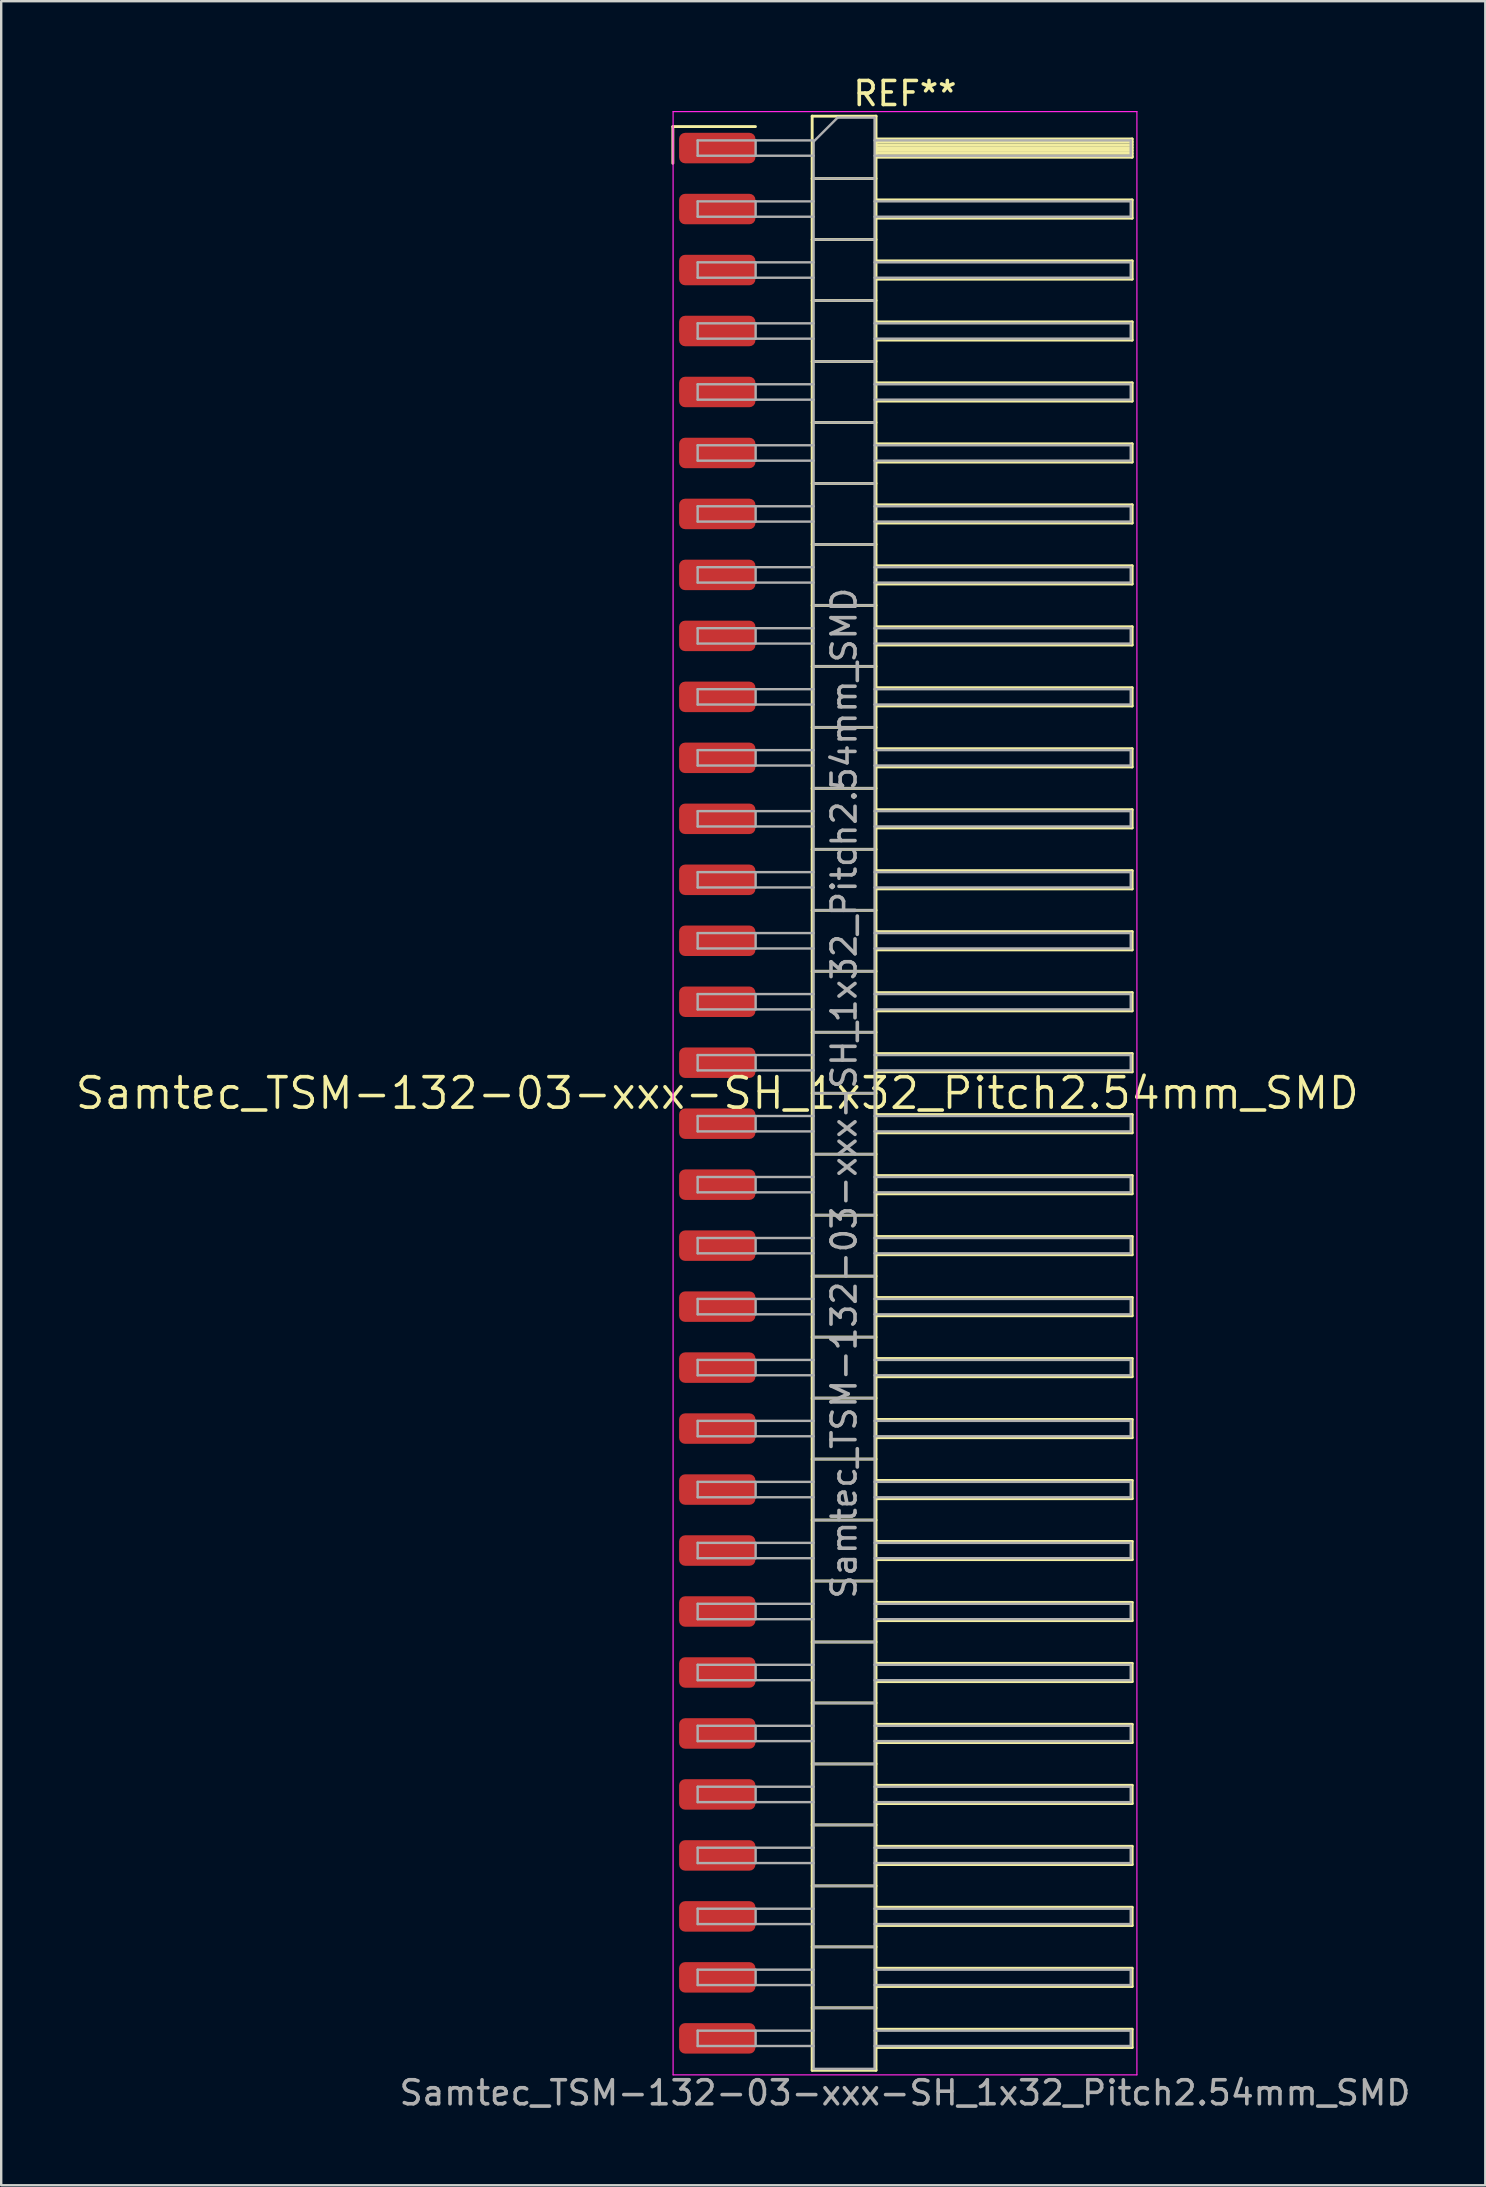
<source format=kicad_pcb>
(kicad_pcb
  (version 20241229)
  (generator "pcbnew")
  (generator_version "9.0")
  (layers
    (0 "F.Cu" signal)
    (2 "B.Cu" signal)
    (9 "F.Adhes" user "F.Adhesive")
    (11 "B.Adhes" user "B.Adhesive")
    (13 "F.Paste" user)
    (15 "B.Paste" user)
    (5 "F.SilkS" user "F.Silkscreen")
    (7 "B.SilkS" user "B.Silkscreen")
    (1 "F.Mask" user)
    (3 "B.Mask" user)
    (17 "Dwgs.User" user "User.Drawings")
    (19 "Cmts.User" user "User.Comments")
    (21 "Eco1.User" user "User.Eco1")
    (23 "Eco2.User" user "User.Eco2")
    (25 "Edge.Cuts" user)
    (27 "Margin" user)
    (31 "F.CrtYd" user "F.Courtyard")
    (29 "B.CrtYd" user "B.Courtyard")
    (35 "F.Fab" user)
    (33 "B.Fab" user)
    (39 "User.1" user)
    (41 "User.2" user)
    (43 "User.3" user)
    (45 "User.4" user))
  (footprint "Samtec_TSM-132-03-xxx-SH_1x32_Pitch2.54mm_SMD"
    (layer "F.Cu")
    (at 26.828 42.488)
    (property "Reference" "Samtec_TSM-132-03-xxx-SH_1x32_Pitch2.54mm_SMD" (at 0 0 0) (layer "F.SilkS") (effects (font (size 1.27 1.27) (thickness 0.15))))
    (attr smd)
    (fp_line (start -1.85 -40.265) (end 1.59 -40.265) (stroke (width 0.12) (type solid)) (layer "F.SilkS"))
    (fp_line (start -1.85 -38.735) (end -1.85 -40.265) (stroke (width 0.12) (type solid)) (layer "F.SilkS"))
    (fp_line (start 3.953 -40.7) (end 6.613 -40.7) (stroke (width 0.12) (type solid)) (layer "F.SilkS"))
    (fp_line (start 3.953 -38.1) (end 6.613 -38.1) (stroke (width 0.12) (type solid)) (layer "F.SilkS"))
    (fp_line (start 3.953 -35.56) (end 6.613 -35.56) (stroke (width 0.12) (type solid)) (layer "F.SilkS"))
    (fp_line (start 3.953 -33.02) (end 6.613 -33.02) (stroke (width 0.12) (type solid)) (layer "F.SilkS"))
    (fp_line (start 3.953 -30.48) (end 6.613 -30.48) (stroke (width 0.12) (type solid)) (layer "F.SilkS"))
    (fp_line (start 3.953 -27.94) (end 6.613 -27.94) (stroke (width 0.12) (type solid)) (layer "F.SilkS"))
    (fp_line (start 3.953 -25.4) (end 6.613 -25.4) (stroke (width 0.12) (type solid)) (layer "F.SilkS"))
    (fp_line (start 3.953 -22.86) (end 6.613 -22.86) (stroke (width 0.12) (type solid)) (layer "F.SilkS"))
    (fp_line (start 3.953 -20.32) (end 6.613 -20.32) (stroke (width 0.12) (type solid)) (layer "F.SilkS"))
    (fp_line (start 3.953 -17.78) (end 6.613 -17.78) (stroke (width 0.12) (type solid)) (layer "F.SilkS"))
    (fp_line (start 3.953 -15.24) (end 6.613 -15.24) (stroke (width 0.12) (type solid)) (layer "F.SilkS"))
    (fp_line (start 3.953 -12.7) (end 6.613 -12.7) (stroke (width 0.12) (type solid)) (layer "F.SilkS"))
    (fp_line (start 3.953 -10.16) (end 6.613 -10.16) (stroke (width 0.12) (type solid)) (layer "F.SilkS"))
    (fp_line (start 3.953 -7.62) (end 6.613 -7.62) (stroke (width 0.12) (type solid)) (layer "F.SilkS"))
    (fp_line (start 3.953 -5.08) (end 6.613 -5.08) (stroke (width 0.12) (type solid)) (layer "F.SilkS"))
    (fp_line (start 3.953 -2.54) (end 6.613 -2.54) (stroke (width 0.12) (type solid)) (layer "F.SilkS"))
    (fp_line (start 3.953 0) (end 6.613 0) (stroke (width 0.12) (type solid)) (layer "F.SilkS"))
    (fp_line (start 3.953 2.54) (end 6.613 2.54) (stroke (width 0.12) (type solid)) (layer "F.SilkS"))
    (fp_line (start 3.953 5.08) (end 6.613 5.08) (stroke (width 0.12) (type solid)) (layer "F.SilkS"))
    (fp_line (start 3.953 7.62) (end 6.613 7.62) (stroke (width 0.12) (type solid)) (layer "F.SilkS"))
    (fp_line (start 3.953 10.16) (end 6.613 10.16) (stroke (width 0.12) (type solid)) (layer "F.SilkS"))
    (fp_line (start 3.953 12.7) (end 6.613 12.7) (stroke (width 0.12) (type solid)) (layer "F.SilkS"))
    (fp_line (start 3.953 15.24) (end 6.613 15.24) (stroke (width 0.12) (type solid)) (layer "F.SilkS"))
    (fp_line (start 3.953 17.78) (end 6.613 17.78) (stroke (width 0.12) (type solid)) (layer "F.SilkS"))
    (fp_line (start 3.953 20.32) (end 6.613 20.32) (stroke (width 0.12) (type solid)) (layer "F.SilkS"))
    (fp_line (start 3.953 22.86) (end 6.613 22.86) (stroke (width 0.12) (type solid)) (layer "F.SilkS"))
    (fp_line (start 3.953 25.4) (end 6.613 25.4) (stroke (width 0.12) (type solid)) (layer "F.SilkS"))
    (fp_line (start 3.953 27.94) (end 6.613 27.94) (stroke (width 0.12) (type solid)) (layer "F.SilkS"))
    (fp_line (start 3.953 30.48) (end 6.613 30.48) (stroke (width 0.12) (type solid)) (layer "F.SilkS"))
    (fp_line (start 3.953 33.02) (end 6.613 33.02) (stroke (width 0.12) (type solid)) (layer "F.SilkS"))
    (fp_line (start 3.953 35.56) (end 6.613 35.56) (stroke (width 0.12) (type solid)) (layer "F.SilkS"))
    (fp_line (start 3.953 38.1) (end 6.613 38.1) (stroke (width 0.12) (type solid)) (layer "F.SilkS"))
    (fp_line (start 3.953 40.7) (end 3.953 -40.7) (stroke (width 0.12) (type solid)) (layer "F.SilkS"))
    (fp_line (start 6.613 -40.7) (end 6.613 40.7) (stroke (width 0.12) (type solid)) (layer "F.SilkS"))
    (fp_line (start 6.613 -39.75) (end 17.283 -39.75) (stroke (width 0.12) (type solid)) (layer "F.SilkS"))
    (fp_line (start 6.613 -39.63) (end 17.283 -39.63) (stroke (width 0.12) (type solid)) (layer "F.SilkS"))
    (fp_line (start 6.613 -39.51) (end 17.283 -39.51) (stroke (width 0.12) (type solid)) (layer "F.SilkS"))
    (fp_line (start 6.613 -39.39) (end 17.283 -39.39) (stroke (width 0.12) (type solid)) (layer "F.SilkS"))
    (fp_line (start 6.613 -39.27) (end 17.283 -39.27) (stroke (width 0.12) (type solid)) (layer "F.SilkS"))
    (fp_line (start 6.613 -39.15) (end 17.283 -39.15) (stroke (width 0.12) (type solid)) (layer "F.SilkS"))
    (fp_line (start 6.613 -39.03) (end 17.283 -39.03) (stroke (width 0.12) (type solid)) (layer "F.SilkS"))
    (fp_line (start 6.613 -38.99) (end 17.283 -38.99) (stroke (width 0.12) (type solid)) (layer "F.SilkS"))
    (fp_line (start 6.613 -37.21) (end 17.283 -37.21) (stroke (width 0.12) (type solid)) (layer "F.SilkS"))
    (fp_line (start 6.613 -36.45) (end 17.283 -36.45) (stroke (width 0.12) (type solid)) (layer "F.SilkS"))
    (fp_line (start 6.613 -34.67) (end 17.283 -34.67) (stroke (width 0.12) (type solid)) (layer "F.SilkS"))
    (fp_line (start 6.613 -33.91) (end 17.283 -33.91) (stroke (width 0.12) (type solid)) (layer "F.SilkS"))
    (fp_line (start 6.613 -32.13) (end 17.283 -32.13) (stroke (width 0.12) (type solid)) (layer "F.SilkS"))
    (fp_line (start 6.613 -31.37) (end 17.283 -31.37) (stroke (width 0.12) (type solid)) (layer "F.SilkS"))
    (fp_line (start 6.613 -29.59) (end 17.283 -29.59) (stroke (width 0.12) (type solid)) (layer "F.SilkS"))
    (fp_line (start 6.613 -28.83) (end 17.283 -28.83) (stroke (width 0.12) (type solid)) (layer "F.SilkS"))
    (fp_line (start 6.613 -27.05) (end 17.283 -27.05) (stroke (width 0.12) (type solid)) (layer "F.SilkS"))
    (fp_line (start 6.613 -26.29) (end 17.283 -26.29) (stroke (width 0.12) (type solid)) (layer "F.SilkS"))
    (fp_line (start 6.613 -24.51) (end 17.283 -24.51) (stroke (width 0.12) (type solid)) (layer "F.SilkS"))
    (fp_line (start 6.613 -23.75) (end 17.283 -23.75) (stroke (width 0.12) (type solid)) (layer "F.SilkS"))
    (fp_line (start 6.613 -21.97) (end 17.283 -21.97) (stroke (width 0.12) (type solid)) (layer "F.SilkS"))
    (fp_line (start 6.613 -21.21) (end 17.283 -21.21) (stroke (width 0.12) (type solid)) (layer "F.SilkS"))
    (fp_line (start 6.613 -19.43) (end 17.283 -19.43) (stroke (width 0.12) (type solid)) (layer "F.SilkS"))
    (fp_line (start 6.613 -18.67) (end 17.283 -18.67) (stroke (width 0.12) (type solid)) (layer "F.SilkS"))
    (fp_line (start 6.613 -16.89) (end 17.283 -16.89) (stroke (width 0.12) (type solid)) (layer "F.SilkS"))
    (fp_line (start 6.613 -16.13) (end 17.283 -16.13) (stroke (width 0.12) (type solid)) (layer "F.SilkS"))
    (fp_line (start 6.613 -14.35) (end 17.283 -14.35) (stroke (width 0.12) (type solid)) (layer "F.SilkS"))
    (fp_line (start 6.613 -13.59) (end 17.283 -13.59) (stroke (width 0.12) (type solid)) (layer "F.SilkS"))
    (fp_line (start 6.613 -11.81) (end 17.283 -11.81) (stroke (width 0.12) (type solid)) (layer "F.SilkS"))
    (fp_line (start 6.613 -11.05) (end 17.283 -11.05) (stroke (width 0.12) (type solid)) (layer "F.SilkS"))
    (fp_line (start 6.613 -9.27) (end 17.283 -9.27) (stroke (width 0.12) (type solid)) (layer "F.SilkS"))
    (fp_line (start 6.613 -8.51) (end 17.283 -8.51) (stroke (width 0.12) (type solid)) (layer "F.SilkS"))
    (fp_line (start 6.613 -6.73) (end 17.283 -6.73) (stroke (width 0.12) (type solid)) (layer "F.SilkS"))
    (fp_line (start 6.613 -5.97) (end 17.283 -5.97) (stroke (width 0.12) (type solid)) (layer "F.SilkS"))
    (fp_line (start 6.613 -4.19) (end 17.283 -4.19) (stroke (width 0.12) (type solid)) (layer "F.SilkS"))
    (fp_line (start 6.613 -3.43) (end 17.283 -3.43) (stroke (width 0.12) (type solid)) (layer "F.SilkS"))
    (fp_line (start 6.613 -1.65) (end 17.283 -1.65) (stroke (width 0.12) (type solid)) (layer "F.SilkS"))
    (fp_line (start 6.613 -0.89) (end 17.283 -0.89) (stroke (width 0.12) (type solid)) (layer "F.SilkS"))
    (fp_line (start 6.613 0.89) (end 17.283 0.89) (stroke (width 0.12) (type solid)) (layer "F.SilkS"))
    (fp_line (start 6.613 1.65) (end 17.283 1.65) (stroke (width 0.12) (type solid)) (layer "F.SilkS"))
    (fp_line (start 6.613 3.43) (end 17.283 3.43) (stroke (width 0.12) (type solid)) (layer "F.SilkS"))
    (fp_line (start 6.613 4.19) (end 17.283 4.19) (stroke (width 0.12) (type solid)) (layer "F.SilkS"))
    (fp_line (start 6.613 5.97) (end 17.283 5.97) (stroke (width 0.12) (type solid)) (layer "F.SilkS"))
    (fp_line (start 6.613 6.73) (end 17.283 6.73) (stroke (width 0.12) (type solid)) (layer "F.SilkS"))
    (fp_line (start 6.613 8.51) (end 17.283 8.51) (stroke (width 0.12) (type solid)) (layer "F.SilkS"))
    (fp_line (start 6.613 9.27) (end 17.283 9.27) (stroke (width 0.12) (type solid)) (layer "F.SilkS"))
    (fp_line (start 6.613 11.05) (end 17.283 11.05) (stroke (width 0.12) (type solid)) (layer "F.SilkS"))
    (fp_line (start 6.613 11.81) (end 17.283 11.81) (stroke (width 0.12) (type solid)) (layer "F.SilkS"))
    (fp_line (start 6.613 13.59) (end 17.283 13.59) (stroke (width 0.12) (type solid)) (layer "F.SilkS"))
    (fp_line (start 6.613 14.35) (end 17.283 14.35) (stroke (width 0.12) (type solid)) (layer "F.SilkS"))
    (fp_line (start 6.613 16.13) (end 17.283 16.13) (stroke (width 0.12) (type solid)) (layer "F.SilkS"))
    (fp_line (start 6.613 16.89) (end 17.283 16.89) (stroke (width 0.12) (type solid)) (layer "F.SilkS"))
    (fp_line (start 6.613 18.67) (end 17.283 18.67) (stroke (width 0.12) (type solid)) (layer "F.SilkS"))
    (fp_line (start 6.613 19.43) (end 17.283 19.43) (stroke (width 0.12) (type solid)) (layer "F.SilkS"))
    (fp_line (start 6.613 21.21) (end 17.283 21.21) (stroke (width 0.12) (type solid)) (layer "F.SilkS"))
    (fp_line (start 6.613 21.97) (end 17.283 21.97) (stroke (width 0.12) (type solid)) (layer "F.SilkS"))
    (fp_line (start 6.613 23.75) (end 17.283 23.75) (stroke (width 0.12) (type solid)) (layer "F.SilkS"))
    (fp_line (start 6.613 24.51) (end 17.283 24.51) (stroke (width 0.12) (type solid)) (layer "F.SilkS"))
    (fp_line (start 6.613 26.29) (end 17.283 26.29) (stroke (width 0.12) (type solid)) (layer "F.SilkS"))
    (fp_line (start 6.613 27.05) (end 17.283 27.05) (stroke (width 0.12) (type solid)) (layer "F.SilkS"))
    (fp_line (start 6.613 28.83) (end 17.283 28.83) (stroke (width 0.12) (type solid)) (layer "F.SilkS"))
    (fp_line (start 6.613 29.59) (end 17.283 29.59) (stroke (width 0.12) (type solid)) (layer "F.SilkS"))
    (fp_line (start 6.613 31.37) (end 17.283 31.37) (stroke (width 0.12) (type solid)) (layer "F.SilkS"))
    (fp_line (start 6.613 32.13) (end 17.283 32.13) (stroke (width 0.12) (type solid)) (layer "F.SilkS"))
    (fp_line (start 6.613 33.91) (end 17.283 33.91) (stroke (width 0.12) (type solid)) (layer "F.SilkS"))
    (fp_line (start 6.613 34.67) (end 17.283 34.67) (stroke (width 0.12) (type solid)) (layer "F.SilkS"))
    (fp_line (start 6.613 36.45) (end 17.283 36.45) (stroke (width 0.12) (type solid)) (layer "F.SilkS"))
    (fp_line (start 6.613 37.21) (end 17.283 37.21) (stroke (width 0.12) (type solid)) (layer "F.SilkS"))
    (fp_line (start 6.613 38.99) (end 17.283 38.99) (stroke (width 0.12) (type solid)) (layer "F.SilkS"))
    (fp_line (start 6.613 39.75) (end 17.283 39.75) (stroke (width 0.12) (type solid)) (layer "F.SilkS"))
    (fp_line (start 6.613 40.7) (end 3.953 40.7) (stroke (width 0.12) (type solid)) (layer "F.SilkS"))
    (fp_line (start 17.283 -39.75) (end 17.283 -38.99) (stroke (width 0.12) (type solid)) (layer "F.SilkS"))
    (fp_line (start 17.283 -37.21) (end 17.283 -36.45) (stroke (width 0.12) (type solid)) (layer "F.SilkS"))
    (fp_line (start 17.283 -34.67) (end 17.283 -33.91) (stroke (width 0.12) (type solid)) (layer "F.SilkS"))
    (fp_line (start 17.283 -32.13) (end 17.283 -31.37) (stroke (width 0.12) (type solid)) (layer "F.SilkS"))
    (fp_line (start 17.283 -29.59) (end 17.283 -28.83) (stroke (width 0.12) (type solid)) (layer "F.SilkS"))
    (fp_line (start 17.283 -27.05) (end 17.283 -26.29) (stroke (width 0.12) (type solid)) (layer "F.SilkS"))
    (fp_line (start 17.283 -24.51) (end 17.283 -23.75) (stroke (width 0.12) (type solid)) (layer "F.SilkS"))
    (fp_line (start 17.283 -21.97) (end 17.283 -21.21) (stroke (width 0.12) (type solid)) (layer "F.SilkS"))
    (fp_line (start 17.283 -19.43) (end 17.283 -18.67) (stroke (width 0.12) (type solid)) (layer "F.SilkS"))
    (fp_line (start 17.283 -16.89) (end 17.283 -16.13) (stroke (width 0.12) (type solid)) (layer "F.SilkS"))
    (fp_line (start 17.283 -14.35) (end 17.283 -13.59) (stroke (width 0.12) (type solid)) (layer "F.SilkS"))
    (fp_line (start 17.283 -11.81) (end 17.283 -11.05) (stroke (width 0.12) (type solid)) (layer "F.SilkS"))
    (fp_line (start 17.283 -9.27) (end 17.283 -8.51) (stroke (width 0.12) (type solid)) (layer "F.SilkS"))
    (fp_line (start 17.283 -6.73) (end 17.283 -5.97) (stroke (width 0.12) (type solid)) (layer "F.SilkS"))
    (fp_line (start 17.283 -4.19) (end 17.283 -3.43) (stroke (width 0.12) (type solid)) (layer "F.SilkS"))
    (fp_line (start 17.283 -1.65) (end 17.283 -0.89) (stroke (width 0.12) (type solid)) (layer "F.SilkS"))
    (fp_line (start 17.283 0.89) (end 17.283 1.65) (stroke (width 0.12) (type solid)) (layer "F.SilkS"))
    (fp_line (start 17.283 3.43) (end 17.283 4.19) (stroke (width 0.12) (type solid)) (layer "F.SilkS"))
    (fp_line (start 17.283 5.97) (end 17.283 6.73) (stroke (width 0.12) (type solid)) (layer "F.SilkS"))
    (fp_line (start 17.283 8.51) (end 17.283 9.27) (stroke (width 0.12) (type solid)) (layer "F.SilkS"))
    (fp_line (start 17.283 11.05) (end 17.283 11.81) (stroke (width 0.12) (type solid)) (layer "F.SilkS"))
    (fp_line (start 17.283 13.59) (end 17.283 14.35) (stroke (width 0.12) (type solid)) (layer "F.SilkS"))
    (fp_line (start 17.283 16.13) (end 17.283 16.89) (stroke (width 0.12) (type solid)) (layer "F.SilkS"))
    (fp_line (start 17.283 18.67) (end 17.283 19.43) (stroke (width 0.12) (type solid)) (layer "F.SilkS"))
    (fp_line (start 17.283 21.21) (end 17.283 21.97) (stroke (width 0.12) (type solid)) (layer "F.SilkS"))
    (fp_line (start 17.283 23.75) (end 17.283 24.51) (stroke (width 0.12) (type solid)) (layer "F.SilkS"))
    (fp_line (start 17.283 26.29) (end 17.283 27.05) (stroke (width 0.12) (type solid)) (layer "F.SilkS"))
    (fp_line (start 17.283 28.83) (end 17.283 29.59) (stroke (width 0.12) (type solid)) (layer "F.SilkS"))
    (fp_line (start 17.283 31.37) (end 17.283 32.13) (stroke (width 0.12) (type solid)) (layer "F.SilkS"))
    (fp_line (start 17.283 33.91) (end 17.283 34.67) (stroke (width 0.12) (type solid)) (layer "F.SilkS"))
    (fp_line (start 17.283 36.45) (end 17.283 37.21) (stroke (width 0.12) (type solid)) (layer "F.SilkS"))
    (fp_line (start 17.283 38.99) (end 17.283 39.75) (stroke (width 0.12) (type solid)) (layer "F.SilkS"))
    (fp_line (start -1.84 -40.89) (end 17.48 -40.89) (stroke (width 0.05) (type solid)) (layer "F.CrtYd"))
    (fp_line (start -1.84 40.89) (end -1.84 -40.89) (stroke (width 0.05) (type solid)) (layer "F.CrtYd"))
    (fp_line (start 17.48 -40.89) (end 17.48 40.89) (stroke (width 0.05) (type solid)) (layer "F.CrtYd"))
    (fp_line (start 17.48 40.89) (end -1.84 40.89) (stroke (width 0.05) (type solid)) (layer "F.CrtYd"))
    (fp_line (start -0.817 -39.69) (end -0.817 -39.05) (stroke (width 0.1) (type solid)) (layer "F.Fab"))
    (fp_line (start -0.817 -39.69) (end 4.013 -39.69) (stroke (width 0.1) (type solid)) (layer "F.Fab"))
    (fp_line (start -0.817 -39.05) (end 4.013 -39.05) (stroke (width 0.1) (type solid)) (layer "F.Fab"))
    (fp_line (start -0.817 -37.15) (end -0.817 -36.51) (stroke (width 0.1) (type solid)) (layer "F.Fab"))
    (fp_line (start -0.817 -37.15) (end 4.013 -37.15) (stroke (width 0.1) (type solid)) (layer "F.Fab"))
    (fp_line (start -0.817 -36.51) (end 4.013 -36.51) (stroke (width 0.1) (type solid)) (layer "F.Fab"))
    (fp_line (start -0.817 -34.61) (end -0.817 -33.97) (stroke (width 0.1) (type solid)) (layer "F.Fab"))
    (fp_line (start -0.817 -34.61) (end 4.013 -34.61) (stroke (width 0.1) (type solid)) (layer "F.Fab"))
    (fp_line (start -0.817 -33.97) (end 4.013 -33.97) (stroke (width 0.1) (type solid)) (layer "F.Fab"))
    (fp_line (start -0.817 -32.07) (end -0.817 -31.43) (stroke (width 0.1) (type solid)) (layer "F.Fab"))
    (fp_line (start -0.817 -32.07) (end 4.013 -32.07) (stroke (width 0.1) (type solid)) (layer "F.Fab"))
    (fp_line (start -0.817 -31.43) (end 4.013 -31.43) (stroke (width 0.1) (type solid)) (layer "F.Fab"))
    (fp_line (start -0.817 -29.53) (end -0.817 -28.89) (stroke (width 0.1) (type solid)) (layer "F.Fab"))
    (fp_line (start -0.817 -29.53) (end 4.013 -29.53) (stroke (width 0.1) (type solid)) (layer "F.Fab"))
    (fp_line (start -0.817 -28.89) (end 4.013 -28.89) (stroke (width 0.1) (type solid)) (layer "F.Fab"))
    (fp_line (start -0.817 -26.99) (end -0.817 -26.35) (stroke (width 0.1) (type solid)) (layer "F.Fab"))
    (fp_line (start -0.817 -26.99) (end 4.013 -26.99) (stroke (width 0.1) (type solid)) (layer "F.Fab"))
    (fp_line (start -0.817 -26.35) (end 4.013 -26.35) (stroke (width 0.1) (type solid)) (layer "F.Fab"))
    (fp_line (start -0.817 -24.45) (end -0.817 -23.81) (stroke (width 0.1) (type solid)) (layer "F.Fab"))
    (fp_line (start -0.817 -24.45) (end 4.013 -24.45) (stroke (width 0.1) (type solid)) (layer "F.Fab"))
    (fp_line (start -0.817 -23.81) (end 4.013 -23.81) (stroke (width 0.1) (type solid)) (layer "F.Fab"))
    (fp_line (start -0.817 -21.91) (end -0.817 -21.27) (stroke (width 0.1) (type solid)) (layer "F.Fab"))
    (fp_line (start -0.817 -21.91) (end 4.013 -21.91) (stroke (width 0.1) (type solid)) (layer "F.Fab"))
    (fp_line (start -0.817 -21.27) (end 4.013 -21.27) (stroke (width 0.1) (type solid)) (layer "F.Fab"))
    (fp_line (start -0.817 -19.37) (end -0.817 -18.73) (stroke (width 0.1) (type solid)) (layer "F.Fab"))
    (fp_line (start -0.817 -19.37) (end 4.013 -19.37) (stroke (width 0.1) (type solid)) (layer "F.Fab"))
    (fp_line (start -0.817 -18.73) (end 4.013 -18.73) (stroke (width 0.1) (type solid)) (layer "F.Fab"))
    (fp_line (start -0.817 -16.83) (end -0.817 -16.19) (stroke (width 0.1) (type solid)) (layer "F.Fab"))
    (fp_line (start -0.817 -16.83) (end 4.013 -16.83) (stroke (width 0.1) (type solid)) (layer "F.Fab"))
    (fp_line (start -0.817 -16.19) (end 4.013 -16.19) (stroke (width 0.1) (type solid)) (layer "F.Fab"))
    (fp_line (start -0.817 -14.29) (end -0.817 -13.65) (stroke (width 0.1) (type solid)) (layer "F.Fab"))
    (fp_line (start -0.817 -14.29) (end 4.013 -14.29) (stroke (width 0.1) (type solid)) (layer "F.Fab"))
    (fp_line (start -0.817 -13.65) (end 4.013 -13.65) (stroke (width 0.1) (type solid)) (layer "F.Fab"))
    (fp_line (start -0.817 -11.75) (end -0.817 -11.11) (stroke (width 0.1) (type solid)) (layer "F.Fab"))
    (fp_line (start -0.817 -11.75) (end 4.013 -11.75) (stroke (width 0.1) (type solid)) (layer "F.Fab"))
    (fp_line (start -0.817 -11.11) (end 4.013 -11.11) (stroke (width 0.1) (type solid)) (layer "F.Fab"))
    (fp_line (start -0.817 -9.21) (end -0.817 -8.57) (stroke (width 0.1) (type solid)) (layer "F.Fab"))
    (fp_line (start -0.817 -9.21) (end 4.013 -9.21) (stroke (width 0.1) (type solid)) (layer "F.Fab"))
    (fp_line (start -0.817 -8.57) (end 4.013 -8.57) (stroke (width 0.1) (type solid)) (layer "F.Fab"))
    (fp_line (start -0.817 -6.67) (end -0.817 -6.03) (stroke (width 0.1) (type solid)) (layer "F.Fab"))
    (fp_line (start -0.817 -6.67) (end 4.013 -6.67) (stroke (width 0.1) (type solid)) (layer "F.Fab"))
    (fp_line (start -0.817 -6.03) (end 4.013 -6.03) (stroke (width 0.1) (type solid)) (layer "F.Fab"))
    (fp_line (start -0.817 -4.13) (end -0.817 -3.49) (stroke (width 0.1) (type solid)) (layer "F.Fab"))
    (fp_line (start -0.817 -4.13) (end 4.013 -4.13) (stroke (width 0.1) (type solid)) (layer "F.Fab"))
    (fp_line (start -0.817 -3.49) (end 4.013 -3.49) (stroke (width 0.1) (type solid)) (layer "F.Fab"))
    (fp_line (start -0.817 -1.59) (end -0.817 -0.95) (stroke (width 0.1) (type solid)) (layer "F.Fab"))
    (fp_line (start -0.817 -1.59) (end 4.013 -1.59) (stroke (width 0.1) (type solid)) (layer "F.Fab"))
    (fp_line (start -0.817 -0.95) (end 4.013 -0.95) (stroke (width 0.1) (type solid)) (layer "F.Fab"))
    (fp_line (start -0.817 0.95) (end -0.817 1.59) (stroke (width 0.1) (type solid)) (layer "F.Fab"))
    (fp_line (start -0.817 0.95) (end 4.013 0.95) (stroke (width 0.1) (type solid)) (layer "F.Fab"))
    (fp_line (start -0.817 1.59) (end 4.013 1.59) (stroke (width 0.1) (type solid)) (layer "F.Fab"))
    (fp_line (start -0.817 3.49) (end -0.817 4.13) (stroke (width 0.1) (type solid)) (layer "F.Fab"))
    (fp_line (start -0.817 3.49) (end 4.013 3.49) (stroke (width 0.1) (type solid)) (layer "F.Fab"))
    (fp_line (start -0.817 4.13) (end 4.013 4.13) (stroke (width 0.1) (type solid)) (layer "F.Fab"))
    (fp_line (start -0.817 6.03) (end -0.817 6.67) (stroke (width 0.1) (type solid)) (layer "F.Fab"))
    (fp_line (start -0.817 6.03) (end 4.013 6.03) (stroke (width 0.1) (type solid)) (layer "F.Fab"))
    (fp_line (start -0.817 6.67) (end 4.013 6.67) (stroke (width 0.1) (type solid)) (layer "F.Fab"))
    (fp_line (start -0.817 8.57) (end -0.817 9.21) (stroke (width 0.1) (type solid)) (layer "F.Fab"))
    (fp_line (start -0.817 8.57) (end 4.013 8.57) (stroke (width 0.1) (type solid)) (layer "F.Fab"))
    (fp_line (start -0.817 9.21) (end 4.013 9.21) (stroke (width 0.1) (type solid)) (layer "F.Fab"))
    (fp_line (start -0.817 11.11) (end -0.817 11.75) (stroke (width 0.1) (type solid)) (layer "F.Fab"))
    (fp_line (start -0.817 11.11) (end 4.013 11.11) (stroke (width 0.1) (type solid)) (layer "F.Fab"))
    (fp_line (start -0.817 11.75) (end 4.013 11.75) (stroke (width 0.1) (type solid)) (layer "F.Fab"))
    (fp_line (start -0.817 13.65) (end -0.817 14.29) (stroke (width 0.1) (type solid)) (layer "F.Fab"))
    (fp_line (start -0.817 13.65) (end 4.013 13.65) (stroke (width 0.1) (type solid)) (layer "F.Fab"))
    (fp_line (start -0.817 14.29) (end 4.013 14.29) (stroke (width 0.1) (type solid)) (layer "F.Fab"))
    (fp_line (start -0.817 16.19) (end -0.817 16.83) (stroke (width 0.1) (type solid)) (layer "F.Fab"))
    (fp_line (start -0.817 16.19) (end 4.013 16.19) (stroke (width 0.1) (type solid)) (layer "F.Fab"))
    (fp_line (start -0.817 16.83) (end 4.013 16.83) (stroke (width 0.1) (type solid)) (layer "F.Fab"))
    (fp_line (start -0.817 18.73) (end -0.817 19.37) (stroke (width 0.1) (type solid)) (layer "F.Fab"))
    (fp_line (start -0.817 18.73) (end 4.013 18.73) (stroke (width 0.1) (type solid)) (layer "F.Fab"))
    (fp_line (start -0.817 19.37) (end 4.013 19.37) (stroke (width 0.1) (type solid)) (layer "F.Fab"))
    (fp_line (start -0.817 21.27) (end -0.817 21.91) (stroke (width 0.1) (type solid)) (layer "F.Fab"))
    (fp_line (start -0.817 21.27) (end 4.013 21.27) (stroke (width 0.1) (type solid)) (layer "F.Fab"))
    (fp_line (start -0.817 21.91) (end 4.013 21.91) (stroke (width 0.1) (type solid)) (layer "F.Fab"))
    (fp_line (start -0.817 23.81) (end -0.817 24.45) (stroke (width 0.1) (type solid)) (layer "F.Fab"))
    (fp_line (start -0.817 23.81) (end 4.013 23.81) (stroke (width 0.1) (type solid)) (layer "F.Fab"))
    (fp_line (start -0.817 24.45) (end 4.013 24.45) (stroke (width 0.1) (type solid)) (layer "F.Fab"))
    (fp_line (start -0.817 26.35) (end -0.817 26.99) (stroke (width 0.1) (type solid)) (layer "F.Fab"))
    (fp_line (start -0.817 26.35) (end 4.013 26.35) (stroke (width 0.1) (type solid)) (layer "F.Fab"))
    (fp_line (start -0.817 26.99) (end 4.013 26.99) (stroke (width 0.1) (type solid)) (layer "F.Fab"))
    (fp_line (start -0.817 28.89) (end -0.817 29.53) (stroke (width 0.1) (type solid)) (layer "F.Fab"))
    (fp_line (start -0.817 28.89) (end 4.013 28.89) (stroke (width 0.1) (type solid)) (layer "F.Fab"))
    (fp_line (start -0.817 29.53) (end 4.013 29.53) (stroke (width 0.1) (type solid)) (layer "F.Fab"))
    (fp_line (start -0.817 31.43) (end -0.817 32.07) (stroke (width 0.1) (type solid)) (layer "F.Fab"))
    (fp_line (start -0.817 31.43) (end 4.013 31.43) (stroke (width 0.1) (type solid)) (layer "F.Fab"))
    (fp_line (start -0.817 32.07) (end 4.013 32.07) (stroke (width 0.1) (type solid)) (layer "F.Fab"))
    (fp_line (start -0.817 33.97) (end -0.817 34.61) (stroke (width 0.1) (type solid)) (layer "F.Fab"))
    (fp_line (start -0.817 33.97) (end 4.013 33.97) (stroke (width 0.1) (type solid)) (layer "F.Fab"))
    (fp_line (start -0.817 34.61) (end 4.013 34.61) (stroke (width 0.1) (type solid)) (layer "F.Fab"))
    (fp_line (start -0.817 36.51) (end -0.817 37.15) (stroke (width 0.1) (type solid)) (layer "F.Fab"))
    (fp_line (start -0.817 36.51) (end 4.013 36.51) (stroke (width 0.1) (type solid)) (layer "F.Fab"))
    (fp_line (start -0.817 37.15) (end 4.013 37.15) (stroke (width 0.1) (type solid)) (layer "F.Fab"))
    (fp_line (start -0.817 39.05) (end -0.817 39.69) (stroke (width 0.1) (type solid)) (layer "F.Fab"))
    (fp_line (start -0.817 39.05) (end 4.013 39.05) (stroke (width 0.1) (type solid)) (layer "F.Fab"))
    (fp_line (start -0.817 39.69) (end 4.013 39.69) (stroke (width 0.1) (type solid)) (layer "F.Fab"))
    (fp_line (start 1.598 -39.69) (end 1.598 -39.05) (stroke (width 0.1) (type solid)) (layer "F.Fab"))
    (fp_line (start 1.598 -37.15) (end 1.598 -36.51) (stroke (width 0.1) (type solid)) (layer "F.Fab"))
    (fp_line (start 1.598 -34.61) (end 1.598 -33.97) (stroke (width 0.1) (type solid)) (layer "F.Fab"))
    (fp_line (start 1.598 -32.07) (end 1.598 -31.43) (stroke (width 0.1) (type solid)) (layer "F.Fab"))
    (fp_line (start 1.598 -29.53) (end 1.598 -28.89) (stroke (width 0.1) (type solid)) (layer "F.Fab"))
    (fp_line (start 1.598 -26.99) (end 1.598 -26.35) (stroke (width 0.1) (type solid)) (layer "F.Fab"))
    (fp_line (start 1.598 -24.45) (end 1.598 -23.81) (stroke (width 0.1) (type solid)) (layer "F.Fab"))
    (fp_line (start 1.598 -21.91) (end 1.598 -21.27) (stroke (width 0.1) (type solid)) (layer "F.Fab"))
    (fp_line (start 1.598 -19.37) (end 1.598 -18.73) (stroke (width 0.1) (type solid)) (layer "F.Fab"))
    (fp_line (start 1.598 -16.83) (end 1.598 -16.19) (stroke (width 0.1) (type solid)) (layer "F.Fab"))
    (fp_line (start 1.598 -14.29) (end 1.598 -13.65) (stroke (width 0.1) (type solid)) (layer "F.Fab"))
    (fp_line (start 1.598 -11.75) (end 1.598 -11.11) (stroke (width 0.1) (type solid)) (layer "F.Fab"))
    (fp_line (start 1.598 -9.21) (end 1.598 -8.57) (stroke (width 0.1) (type solid)) (layer "F.Fab"))
    (fp_line (start 1.598 -6.67) (end 1.598 -6.03) (stroke (width 0.1) (type solid)) (layer "F.Fab"))
    (fp_line (start 1.598 -4.13) (end 1.598 -3.49) (stroke (width 0.1) (type solid)) (layer "F.Fab"))
    (fp_line (start 1.598 -1.59) (end 1.598 -0.95) (stroke (width 0.1) (type solid)) (layer "F.Fab"))
    (fp_line (start 1.598 0.95) (end 1.598 1.59) (stroke (width 0.1) (type solid)) (layer "F.Fab"))
    (fp_line (start 1.598 3.49) (end 1.598 4.13) (stroke (width 0.1) (type solid)) (layer "F.Fab"))
    (fp_line (start 1.598 6.03) (end 1.598 6.67) (stroke (width 0.1) (type solid)) (layer "F.Fab"))
    (fp_line (start 1.598 8.57) (end 1.598 9.21) (stroke (width 0.1) (type solid)) (layer "F.Fab"))
    (fp_line (start 1.598 11.11) (end 1.598 11.75) (stroke (width 0.1) (type solid)) (layer "F.Fab"))
    (fp_line (start 1.598 13.65) (end 1.598 14.29) (stroke (width 0.1) (type solid)) (layer "F.Fab"))
    (fp_line (start 1.598 16.19) (end 1.598 16.83) (stroke (width 0.1) (type solid)) (layer "F.Fab"))
    (fp_line (start 1.598 18.73) (end 1.598 19.37) (stroke (width 0.1) (type solid)) (layer "F.Fab"))
    (fp_line (start 1.598 21.27) (end 1.598 21.91) (stroke (width 0.1) (type solid)) (layer "F.Fab"))
    (fp_line (start 1.598 23.81) (end 1.598 24.45) (stroke (width 0.1) (type solid)) (layer "F.Fab"))
    (fp_line (start 1.598 26.35) (end 1.598 26.99) (stroke (width 0.1) (type solid)) (layer "F.Fab"))
    (fp_line (start 1.598 28.89) (end 1.598 29.53) (stroke (width 0.1) (type solid)) (layer "F.Fab"))
    (fp_line (start 1.598 31.43) (end 1.598 32.07) (stroke (width 0.1) (type solid)) (layer "F.Fab"))
    (fp_line (start 1.598 33.97) (end 1.598 34.61) (stroke (width 0.1) (type solid)) (layer "F.Fab"))
    (fp_line (start 1.598 36.51) (end 1.598 37.15) (stroke (width 0.1) (type solid)) (layer "F.Fab"))
    (fp_line (start 1.598 39.05) (end 1.598 39.69) (stroke (width 0.1) (type solid)) (layer "F.Fab"))
    (fp_line (start 4.013 -39.64) (end 5.013 -40.64) (stroke (width 0.1) (type solid)) (layer "F.Fab"))
    (fp_line (start 4.013 -38.1) (end 6.553 -38.1) (stroke (width 0.1) (type solid)) (layer "F.Fab"))
    (fp_line (start 4.013 -35.56) (end 6.553 -35.56) (stroke (width 0.1) (type solid)) (layer "F.Fab"))
    (fp_line (start 4.013 -33.02) (end 6.553 -33.02) (stroke (width 0.1) (type solid)) (layer "F.Fab"))
    (fp_line (start 4.013 -30.48) (end 6.553 -30.48) (stroke (width 0.1) (type solid)) (layer "F.Fab"))
    (fp_line (start 4.013 -27.94) (end 6.553 -27.94) (stroke (width 0.1) (type solid)) (layer "F.Fab"))
    (fp_line (start 4.013 -25.4) (end 6.553 -25.4) (stroke (width 0.1) (type solid)) (layer "F.Fab"))
    (fp_line (start 4.013 -22.86) (end 6.553 -22.86) (stroke (width 0.1) (type solid)) (layer "F.Fab"))
    (fp_line (start 4.013 -20.32) (end 6.553 -20.32) (stroke (width 0.1) (type solid)) (layer "F.Fab"))
    (fp_line (start 4.013 -17.78) (end 6.553 -17.78) (stroke (width 0.1) (type solid)) (layer "F.Fab"))
    (fp_line (start 4.013 -15.24) (end 6.553 -15.24) (stroke (width 0.1) (type solid)) (layer "F.Fab"))
    (fp_line (start 4.013 -12.7) (end 6.553 -12.7) (stroke (width 0.1) (type solid)) (layer "F.Fab"))
    (fp_line (start 4.013 -10.16) (end 6.553 -10.16) (stroke (width 0.1) (type solid)) (layer "F.Fab"))
    (fp_line (start 4.013 -7.62) (end 6.553 -7.62) (stroke (width 0.1) (type solid)) (layer "F.Fab"))
    (fp_line (start 4.013 -5.08) (end 6.553 -5.08) (stroke (width 0.1) (type solid)) (layer "F.Fab"))
    (fp_line (start 4.013 -2.54) (end 6.553 -2.54) (stroke (width 0.1) (type solid)) (layer "F.Fab"))
    (fp_line (start 4.013 0) (end 6.553 0) (stroke (width 0.1) (type solid)) (layer "F.Fab"))
    (fp_line (start 4.013 2.54) (end 6.553 2.54) (stroke (width 0.1) (type solid)) (layer "F.Fab"))
    (fp_line (start 4.013 5.08) (end 6.553 5.08) (stroke (width 0.1) (type solid)) (layer "F.Fab"))
    (fp_line (start 4.013 7.62) (end 6.553 7.62) (stroke (width 0.1) (type solid)) (layer "F.Fab"))
    (fp_line (start 4.013 10.16) (end 6.553 10.16) (stroke (width 0.1) (type solid)) (layer "F.Fab"))
    (fp_line (start 4.013 12.7) (end 6.553 12.7) (stroke (width 0.1) (type solid)) (layer "F.Fab"))
    (fp_line (start 4.013 15.24) (end 6.553 15.24) (stroke (width 0.1) (type solid)) (layer "F.Fab"))
    (fp_line (start 4.013 17.78) (end 6.553 17.78) (stroke (width 0.1) (type solid)) (layer "F.Fab"))
    (fp_line (start 4.013 20.32) (end 6.553 20.32) (stroke (width 0.1) (type solid)) (layer "F.Fab"))
    (fp_line (start 4.013 22.86) (end 6.553 22.86) (stroke (width 0.1) (type solid)) (layer "F.Fab"))
    (fp_line (start 4.013 25.4) (end 6.553 25.4) (stroke (width 0.1) (type solid)) (layer "F.Fab"))
    (fp_line (start 4.013 27.94) (end 6.553 27.94) (stroke (width 0.1) (type solid)) (layer "F.Fab"))
    (fp_line (start 4.013 30.48) (end 6.553 30.48) (stroke (width 0.1) (type solid)) (layer "F.Fab"))
    (fp_line (start 4.013 33.02) (end 6.553 33.02) (stroke (width 0.1) (type solid)) (layer "F.Fab"))
    (fp_line (start 4.013 35.56) (end 6.553 35.56) (stroke (width 0.1) (type solid)) (layer "F.Fab"))
    (fp_line (start 4.013 38.1) (end 6.553 38.1) (stroke (width 0.1) (type solid)) (layer "F.Fab"))
    (fp_line (start 4.013 40.64) (end 4.013 -39.64) (stroke (width 0.1) (type solid)) (layer "F.Fab"))
    (fp_line (start 5.013 -40.64) (end 6.553 -40.64) (stroke (width 0.1) (type solid)) (layer "F.Fab"))
    (fp_line (start 6.553 -40.64) (end 6.553 40.64) (stroke (width 0.1) (type solid)) (layer "F.Fab"))
    (fp_line (start 6.553 -39.69) (end 17.223 -39.69) (stroke (width 0.1) (type solid)) (layer "F.Fab"))
    (fp_line (start 6.553 -39.05) (end 17.223 -39.05) (stroke (width 0.1) (type solid)) (layer "F.Fab"))
    (fp_line (start 6.553 -37.15) (end 17.223 -37.15) (stroke (width 0.1) (type solid)) (layer "F.Fab"))
    (fp_line (start 6.553 -36.51) (end 17.223 -36.51) (stroke (width 0.1) (type solid)) (layer "F.Fab"))
    (fp_line (start 6.553 -34.61) (end 17.223 -34.61) (stroke (width 0.1) (type solid)) (layer "F.Fab"))
    (fp_line (start 6.553 -33.97) (end 17.223 -33.97) (stroke (width 0.1) (type solid)) (layer "F.Fab"))
    (fp_line (start 6.553 -32.07) (end 17.223 -32.07) (stroke (width 0.1) (type solid)) (layer "F.Fab"))
    (fp_line (start 6.553 -31.43) (end 17.223 -31.43) (stroke (width 0.1) (type solid)) (layer "F.Fab"))
    (fp_line (start 6.553 -29.53) (end 17.223 -29.53) (stroke (width 0.1) (type solid)) (layer "F.Fab"))
    (fp_line (start 6.553 -28.89) (end 17.223 -28.89) (stroke (width 0.1) (type solid)) (layer "F.Fab"))
    (fp_line (start 6.553 -26.99) (end 17.223 -26.99) (stroke (width 0.1) (type solid)) (layer "F.Fab"))
    (fp_line (start 6.553 -26.35) (end 17.223 -26.35) (stroke (width 0.1) (type solid)) (layer "F.Fab"))
    (fp_line (start 6.553 -24.45) (end 17.223 -24.45) (stroke (width 0.1) (type solid)) (layer "F.Fab"))
    (fp_line (start 6.553 -23.81) (end 17.223 -23.81) (stroke (width 0.1) (type solid)) (layer "F.Fab"))
    (fp_line (start 6.553 -21.91) (end 17.223 -21.91) (stroke (width 0.1) (type solid)) (layer "F.Fab"))
    (fp_line (start 6.553 -21.27) (end 17.223 -21.27) (stroke (width 0.1) (type solid)) (layer "F.Fab"))
    (fp_line (start 6.553 -19.37) (end 17.223 -19.37) (stroke (width 0.1) (type solid)) (layer "F.Fab"))
    (fp_line (start 6.553 -18.73) (end 17.223 -18.73) (stroke (width 0.1) (type solid)) (layer "F.Fab"))
    (fp_line (start 6.553 -16.83) (end 17.223 -16.83) (stroke (width 0.1) (type solid)) (layer "F.Fab"))
    (fp_line (start 6.553 -16.19) (end 17.223 -16.19) (stroke (width 0.1) (type solid)) (layer "F.Fab"))
    (fp_line (start 6.553 -14.29) (end 17.223 -14.29) (stroke (width 0.1) (type solid)) (layer "F.Fab"))
    (fp_line (start 6.553 -13.65) (end 17.223 -13.65) (stroke (width 0.1) (type solid)) (layer "F.Fab"))
    (fp_line (start 6.553 -11.75) (end 17.223 -11.75) (stroke (width 0.1) (type solid)) (layer "F.Fab"))
    (fp_line (start 6.553 -11.11) (end 17.223 -11.11) (stroke (width 0.1) (type solid)) (layer "F.Fab"))
    (fp_line (start 6.553 -9.21) (end 17.223 -9.21) (stroke (width 0.1) (type solid)) (layer "F.Fab"))
    (fp_line (start 6.553 -8.57) (end 17.223 -8.57) (stroke (width 0.1) (type solid)) (layer "F.Fab"))
    (fp_line (start 6.553 -6.67) (end 17.223 -6.67) (stroke (width 0.1) (type solid)) (layer "F.Fab"))
    (fp_line (start 6.553 -6.03) (end 17.223 -6.03) (stroke (width 0.1) (type solid)) (layer "F.Fab"))
    (fp_line (start 6.553 -4.13) (end 17.223 -4.13) (stroke (width 0.1) (type solid)) (layer "F.Fab"))
    (fp_line (start 6.553 -3.49) (end 17.223 -3.49) (stroke (width 0.1) (type solid)) (layer "F.Fab"))
    (fp_line (start 6.553 -1.59) (end 17.223 -1.59) (stroke (width 0.1) (type solid)) (layer "F.Fab"))
    (fp_line (start 6.553 -0.95) (end 17.223 -0.95) (stroke (width 0.1) (type solid)) (layer "F.Fab"))
    (fp_line (start 6.553 0.95) (end 17.223 0.95) (stroke (width 0.1) (type solid)) (layer "F.Fab"))
    (fp_line (start 6.553 1.59) (end 17.223 1.59) (stroke (width 0.1) (type solid)) (layer "F.Fab"))
    (fp_line (start 6.553 3.49) (end 17.223 3.49) (stroke (width 0.1) (type solid)) (layer "F.Fab"))
    (fp_line (start 6.553 4.13) (end 17.223 4.13) (stroke (width 0.1) (type solid)) (layer "F.Fab"))
    (fp_line (start 6.553 6.03) (end 17.223 6.03) (stroke (width 0.1) (type solid)) (layer "F.Fab"))
    (fp_line (start 6.553 6.67) (end 17.223 6.67) (stroke (width 0.1) (type solid)) (layer "F.Fab"))
    (fp_line (start 6.553 8.57) (end 17.223 8.57) (stroke (width 0.1) (type solid)) (layer "F.Fab"))
    (fp_line (start 6.553 9.21) (end 17.223 9.21) (stroke (width 0.1) (type solid)) (layer "F.Fab"))
    (fp_line (start 6.553 11.11) (end 17.223 11.11) (stroke (width 0.1) (type solid)) (layer "F.Fab"))
    (fp_line (start 6.553 11.75) (end 17.223 11.75) (stroke (width 0.1) (type solid)) (layer "F.Fab"))
    (fp_line (start 6.553 13.65) (end 17.223 13.65) (stroke (width 0.1) (type solid)) (layer "F.Fab"))
    (fp_line (start 6.553 14.29) (end 17.223 14.29) (stroke (width 0.1) (type solid)) (layer "F.Fab"))
    (fp_line (start 6.553 16.19) (end 17.223 16.19) (stroke (width 0.1) (type solid)) (layer "F.Fab"))
    (fp_line (start 6.553 16.83) (end 17.223 16.83) (stroke (width 0.1) (type solid)) (layer "F.Fab"))
    (fp_line (start 6.553 18.73) (end 17.223 18.73) (stroke (width 0.1) (type solid)) (layer "F.Fab"))
    (fp_line (start 6.553 19.37) (end 17.223 19.37) (stroke (width 0.1) (type solid)) (layer "F.Fab"))
    (fp_line (start 6.553 21.27) (end 17.223 21.27) (stroke (width 0.1) (type solid)) (layer "F.Fab"))
    (fp_line (start 6.553 21.91) (end 17.223 21.91) (stroke (width 0.1) (type solid)) (layer "F.Fab"))
    (fp_line (start 6.553 23.81) (end 17.223 23.81) (stroke (width 0.1) (type solid)) (layer "F.Fab"))
    (fp_line (start 6.553 24.45) (end 17.223 24.45) (stroke (width 0.1) (type solid)) (layer "F.Fab"))
    (fp_line (start 6.553 26.35) (end 17.223 26.35) (stroke (width 0.1) (type solid)) (layer "F.Fab"))
    (fp_line (start 6.553 26.99) (end 17.223 26.99) (stroke (width 0.1) (type solid)) (layer "F.Fab"))
    (fp_line (start 6.553 28.89) (end 17.223 28.89) (stroke (width 0.1) (type solid)) (layer "F.Fab"))
    (fp_line (start 6.553 29.53) (end 17.223 29.53) (stroke (width 0.1) (type solid)) (layer "F.Fab"))
    (fp_line (start 6.553 31.43) (end 17.223 31.43) (stroke (width 0.1) (type solid)) (layer "F.Fab"))
    (fp_line (start 6.553 32.07) (end 17.223 32.07) (stroke (width 0.1) (type solid)) (layer "F.Fab"))
    (fp_line (start 6.553 33.97) (end 17.223 33.97) (stroke (width 0.1) (type solid)) (layer "F.Fab"))
    (fp_line (start 6.553 34.61) (end 17.223 34.61) (stroke (width 0.1) (type solid)) (layer "F.Fab"))
    (fp_line (start 6.553 36.51) (end 17.223 36.51) (stroke (width 0.1) (type solid)) (layer "F.Fab"))
    (fp_line (start 6.553 37.15) (end 17.223 37.15) (stroke (width 0.1) (type solid)) (layer "F.Fab"))
    (fp_line (start 6.553 39.05) (end 17.223 39.05) (stroke (width 0.1) (type solid)) (layer "F.Fab"))
    (fp_line (start 6.553 39.69) (end 17.223 39.69) (stroke (width 0.1) (type solid)) (layer "F.Fab"))
    (fp_line (start 6.553 40.64) (end 4.013 40.64) (stroke (width 0.1) (type solid)) (layer "F.Fab"))
    (fp_line (start 17.223 -39.69) (end 17.223 -39.05) (stroke (width 0.1) (type solid)) (layer "F.Fab"))
    (fp_line (start 17.223 -37.15) (end 17.223 -36.51) (stroke (width 0.1) (type solid)) (layer "F.Fab"))
    (fp_line (start 17.223 -34.61) (end 17.223 -33.97) (stroke (width 0.1) (type solid)) (layer "F.Fab"))
    (fp_line (start 17.223 -32.07) (end 17.223 -31.43) (stroke (width 0.1) (type solid)) (layer "F.Fab"))
    (fp_line (start 17.223 -29.53) (end 17.223 -28.89) (stroke (width 0.1) (type solid)) (layer "F.Fab"))
    (fp_line (start 17.223 -26.99) (end 17.223 -26.35) (stroke (width 0.1) (type solid)) (layer "F.Fab"))
    (fp_line (start 17.223 -24.45) (end 17.223 -23.81) (stroke (width 0.1) (type solid)) (layer "F.Fab"))
    (fp_line (start 17.223 -21.91) (end 17.223 -21.27) (stroke (width 0.1) (type solid)) (layer "F.Fab"))
    (fp_line (start 17.223 -19.37) (end 17.223 -18.73) (stroke (width 0.1) (type solid)) (layer "F.Fab"))
    (fp_line (start 17.223 -16.83) (end 17.223 -16.19) (stroke (width 0.1) (type solid)) (layer "F.Fab"))
    (fp_line (start 17.223 -14.29) (end 17.223 -13.65) (stroke (width 0.1) (type solid)) (layer "F.Fab"))
    (fp_line (start 17.223 -11.75) (end 17.223 -11.11) (stroke (width 0.1) (type solid)) (layer "F.Fab"))
    (fp_line (start 17.223 -9.21) (end 17.223 -8.57) (stroke (width 0.1) (type solid)) (layer "F.Fab"))
    (fp_line (start 17.223 -6.67) (end 17.223 -6.03) (stroke (width 0.1) (type solid)) (layer "F.Fab"))
    (fp_line (start 17.223 -4.13) (end 17.223 -3.49) (stroke (width 0.1) (type solid)) (layer "F.Fab"))
    (fp_line (start 17.223 -1.59) (end 17.223 -0.95) (stroke (width 0.1) (type solid)) (layer "F.Fab"))
    (fp_line (start 17.223 0.95) (end 17.223 1.59) (stroke (width 0.1) (type solid)) (layer "F.Fab"))
    (fp_line (start 17.223 3.49) (end 17.223 4.13) (stroke (width 0.1) (type solid)) (layer "F.Fab"))
    (fp_line (start 17.223 6.03) (end 17.223 6.67) (stroke (width 0.1) (type solid)) (layer "F.Fab"))
    (fp_line (start 17.223 8.57) (end 17.223 9.21) (stroke (width 0.1) (type solid)) (layer "F.Fab"))
    (fp_line (start 17.223 11.11) (end 17.223 11.75) (stroke (width 0.1) (type solid)) (layer "F.Fab"))
    (fp_line (start 17.223 13.65) (end 17.223 14.29) (stroke (width 0.1) (type solid)) (layer "F.Fab"))
    (fp_line (start 17.223 16.19) (end 17.223 16.83) (stroke (width 0.1) (type solid)) (layer "F.Fab"))
    (fp_line (start 17.223 18.73) (end 17.223 19.37) (stroke (width 0.1) (type solid)) (layer "F.Fab"))
    (fp_line (start 17.223 21.27) (end 17.223 21.91) (stroke (width 0.1) (type solid)) (layer "F.Fab"))
    (fp_line (start 17.223 23.81) (end 17.223 24.45) (stroke (width 0.1) (type solid)) (layer "F.Fab"))
    (fp_line (start 17.223 26.35) (end 17.223 26.99) (stroke (width 0.1) (type solid)) (layer "F.Fab"))
    (fp_line (start 17.223 28.89) (end 17.223 29.53) (stroke (width 0.1) (type solid)) (layer "F.Fab"))
    (fp_line (start 17.223 31.43) (end 17.223 32.07) (stroke (width 0.1) (type solid)) (layer "F.Fab"))
    (fp_line (start 17.223 33.97) (end 17.223 34.61) (stroke (width 0.1) (type solid)) (layer "F.Fab"))
    (fp_line (start 17.223 36.51) (end 17.223 37.15) (stroke (width 0.1) (type solid)) (layer "F.Fab"))
    (fp_line (start 17.223 39.05) (end 17.223 39.69) (stroke (width 0.1) (type solid)) (layer "F.Fab"))
    (fp_text user "REF**" (at 7.82 -41.64 0) (layer "F.SilkS") (effects (font (size 1 1) (thickness 0.15))))
    (fp_text user "Samtec_TSM-132-03-xxx-SH_1x32_Pitch2.54mm_SMD" (at 7.82 41.64 0) (layer "F.Fab") (effects (font (size 1 1) (thickness 0.15))))
    (fp_text user "${REFERENCE}" (at 5.283 0 90) (layer "F.Fab") (effects (font (size 1 1) (thickness 0.15))))
    (pad "1" smd roundrect (at 0 -39.37) (size 3.18 1.27) (layers "F.Cu" "F.Mask" "F.Paste") (roundrect_rratio 0.197))
    (pad "2" smd roundrect (at 0 -36.83) (size 3.18 1.27) (layers "F.Cu" "F.Mask" "F.Paste") (roundrect_rratio 0.197))
    (pad "3" smd roundrect (at 0 -34.29) (size 3.18 1.27) (layers "F.Cu" "F.Mask" "F.Paste") (roundrect_rratio 0.197))
    (pad "4" smd roundrect (at 0 -31.75) (size 3.18 1.27) (layers "F.Cu" "F.Mask" "F.Paste") (roundrect_rratio 0.197))
    (pad "5" smd roundrect (at 0 -29.21) (size 3.18 1.27) (layers "F.Cu" "F.Mask" "F.Paste") (roundrect_rratio 0.197))
    (pad "6" smd roundrect (at 0 -26.67) (size 3.18 1.27) (layers "F.Cu" "F.Mask" "F.Paste") (roundrect_rratio 0.197))
    (pad "7" smd roundrect (at 0 -24.13) (size 3.18 1.27) (layers "F.Cu" "F.Mask" "F.Paste") (roundrect_rratio 0.197))
    (pad "8" smd roundrect (at 0 -21.59) (size 3.18 1.27) (layers "F.Cu" "F.Mask" "F.Paste") (roundrect_rratio 0.197))
    (pad "9" smd roundrect (at 0 -19.05) (size 3.18 1.27) (layers "F.Cu" "F.Mask" "F.Paste") (roundrect_rratio 0.197))
    (pad "10" smd roundrect (at 0 -16.51) (size 3.18 1.27) (layers "F.Cu" "F.Mask" "F.Paste") (roundrect_rratio 0.197))
    (pad "11" smd roundrect (at 0 -13.97) (size 3.18 1.27) (layers "F.Cu" "F.Mask" "F.Paste") (roundrect_rratio 0.197))
    (pad "12" smd roundrect (at 0 -11.43) (size 3.18 1.27) (layers "F.Cu" "F.Mask" "F.Paste") (roundrect_rratio 0.197))
    (pad "13" smd roundrect (at 0 -8.89) (size 3.18 1.27) (layers "F.Cu" "F.Mask" "F.Paste") (roundrect_rratio 0.197))
    (pad "14" smd roundrect (at 0 -6.35) (size 3.18 1.27) (layers "F.Cu" "F.Mask" "F.Paste") (roundrect_rratio 0.197))
    (pad "15" smd roundrect (at 0 -3.81) (size 3.18 1.27) (layers "F.Cu" "F.Mask" "F.Paste") (roundrect_rratio 0.197))
    (pad "16" smd roundrect (at 0 -1.27) (size 3.18 1.27) (layers "F.Cu" "F.Mask" "F.Paste") (roundrect_rratio 0.197))
    (pad "17" smd roundrect (at 0 1.27) (size 3.18 1.27) (layers "F.Cu" "F.Mask" "F.Paste") (roundrect_rratio 0.197))
    (pad "18" smd roundrect (at 0 3.81) (size 3.18 1.27) (layers "F.Cu" "F.Mask" "F.Paste") (roundrect_rratio 0.197))
    (pad "19" smd roundrect (at 0 6.35) (size 3.18 1.27) (layers "F.Cu" "F.Mask" "F.Paste") (roundrect_rratio 0.197))
    (pad "20" smd roundrect (at 0 8.89) (size 3.18 1.27) (layers "F.Cu" "F.Mask" "F.Paste") (roundrect_rratio 0.197))
    (pad "21" smd roundrect (at 0 11.43) (size 3.18 1.27) (layers "F.Cu" "F.Mask" "F.Paste") (roundrect_rratio 0.197))
    (pad "22" smd roundrect (at 0 13.97) (size 3.18 1.27) (layers "F.Cu" "F.Mask" "F.Paste") (roundrect_rratio 0.197))
    (pad "23" smd roundrect (at 0 16.51) (size 3.18 1.27) (layers "F.Cu" "F.Mask" "F.Paste") (roundrect_rratio 0.197))
    (pad "24" smd roundrect (at 0 19.05) (size 3.18 1.27) (layers "F.Cu" "F.Mask" "F.Paste") (roundrect_rratio 0.197))
    (pad "25" smd roundrect (at 0 21.59) (size 3.18 1.27) (layers "F.Cu" "F.Mask" "F.Paste") (roundrect_rratio 0.197))
    (pad "26" smd roundrect (at 0 24.13) (size 3.18 1.27) (layers "F.Cu" "F.Mask" "F.Paste") (roundrect_rratio 0.197))
    (pad "27" smd roundrect (at 0 26.67) (size 3.18 1.27) (layers "F.Cu" "F.Mask" "F.Paste") (roundrect_rratio 0.197))
    (pad "28" smd roundrect (at 0 29.21) (size 3.18 1.27) (layers "F.Cu" "F.Mask" "F.Paste") (roundrect_rratio 0.197))
    (pad "29" smd roundrect (at 0 31.75) (size 3.18 1.27) (layers "F.Cu" "F.Mask" "F.Paste") (roundrect_rratio 0.197))
    (pad "30" smd roundrect (at 0 34.29) (size 3.18 1.27) (layers "F.Cu" "F.Mask" "F.Paste") (roundrect_rratio 0.197))
    (pad "31" smd roundrect (at 0 36.83) (size 3.18 1.27) (layers "F.Cu" "F.Mask" "F.Paste") (roundrect_rratio 0.197))
    (pad "32" smd roundrect (at 0 39.37) (size 3.18 1.27) (layers "F.Cu" "F.Mask" "F.Paste") (roundrect_rratio 0.197)))
  (gr_rect
    (start -3 -3)
    (end 58.821 87.977)
    (stroke (width 0.1) (type default))
    (fill no)
    (layer "Edge.Cuts")))
</source>
